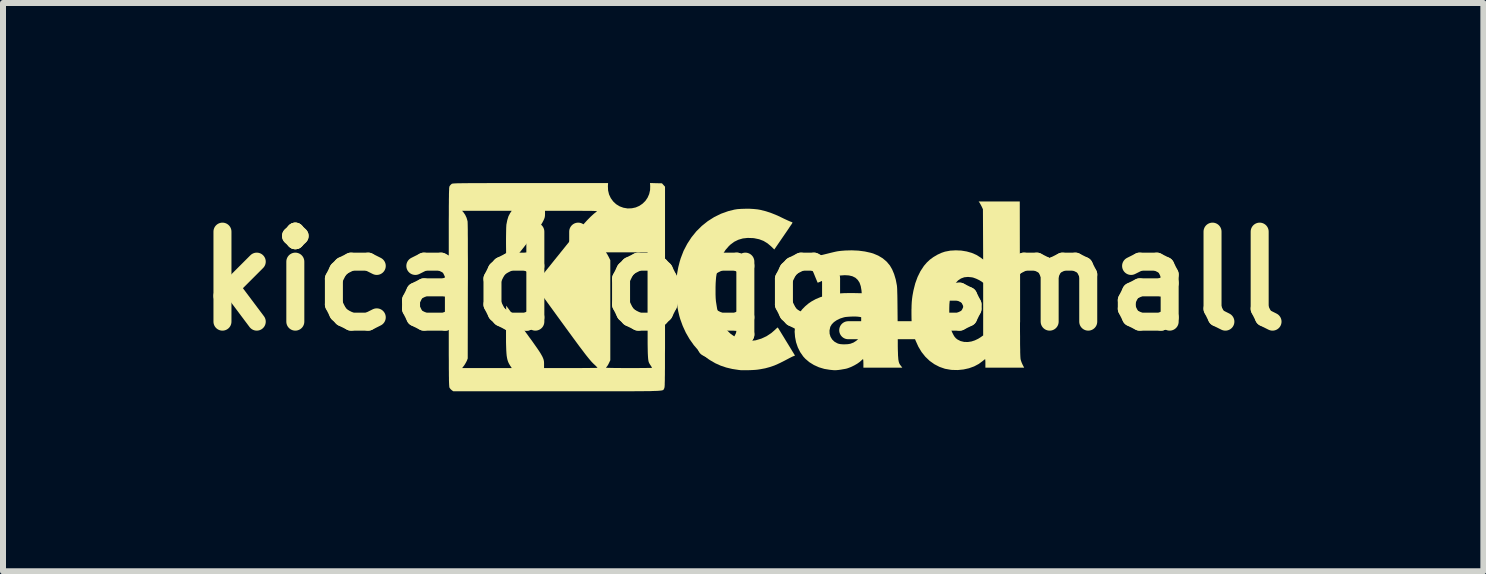
<source format=kicad_pcb>
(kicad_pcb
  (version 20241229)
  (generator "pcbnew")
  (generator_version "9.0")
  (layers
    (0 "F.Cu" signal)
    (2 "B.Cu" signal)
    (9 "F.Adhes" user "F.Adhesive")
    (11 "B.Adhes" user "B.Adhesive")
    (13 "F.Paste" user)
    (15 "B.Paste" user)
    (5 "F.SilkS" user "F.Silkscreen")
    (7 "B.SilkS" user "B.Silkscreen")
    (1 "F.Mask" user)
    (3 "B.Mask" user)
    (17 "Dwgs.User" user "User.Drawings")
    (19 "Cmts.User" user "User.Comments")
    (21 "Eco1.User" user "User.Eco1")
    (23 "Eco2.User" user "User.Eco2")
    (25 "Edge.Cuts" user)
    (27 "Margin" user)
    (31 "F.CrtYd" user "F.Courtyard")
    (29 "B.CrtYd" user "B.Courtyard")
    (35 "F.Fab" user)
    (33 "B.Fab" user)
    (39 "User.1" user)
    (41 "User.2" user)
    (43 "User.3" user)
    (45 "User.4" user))
  (footprint "kicadlogo_small"
    (layer "F.Cu")
    (at 9.336 1.632)
    (property "Reference" "kicadlogo_small" (at 0 0 0) (layer "F.SilkS") (effects (font (size 1.5 1.5) (thickness 0.3))))
    (attr board_only exclude_from_pos_files exclude_from_bom)
    (fp_poly (pts (xy 4.611 -0.024) (xy 4.611 0.14) (xy 4.612 0.289) (xy 4.612 0.425) (xy 4.612 0.548) (xy 4.613 0.659) (xy 4.613 0.758) (xy 4.613 0.847) (xy 4.614 0.925) (xy 4.614 0.993) (xy 4.614 1.053) (xy 4.615 1.105) (xy 4.616 1.149) (xy 4.616 1.186) (xy 4.617 1.217) (xy 4.618 1.243) (xy 4.619 1.264) (xy 4.62 1.28) (xy 4.621 1.294) (xy 4.623 1.304) (xy 4.624 1.312) (xy 4.626 1.319) (xy 4.627 1.322) (xy 4.638 1.354) (xy 4.653 1.389) (xy 4.661 1.405) (xy 4.682 1.445) (xy 4.359 1.445) (xy 4.036 1.445) (xy 4.036 1.374) (xy 4.036 1.343) (xy 4.034 1.32) (xy 4.033 1.306) (xy 4.032 1.303) (xy 4.024 1.308) (xy 4.009 1.32) (xy 3.992 1.334) (xy 3.926 1.383) (xy 3.849 1.424) (xy 3.763 1.455) (xy 3.673 1.475) (xy 3.578 1.485) (xy 3.482 1.483) (xy 3.46 1.481) (xy 3.363 1.464) (xy 3.271 1.432) (xy 3.186 1.388) (xy 3.107 1.332) (xy 3.035 1.263) (xy 2.972 1.184) (xy 2.918 1.094) (xy 2.873 0.994) (xy 2.859 0.957) (xy 2.842 0.903) (xy 2.829 0.852) (xy 2.819 0.802) (xy 2.812 0.75) (xy 2.807 0.692) (xy 2.805 0.625) (xy 2.804 0.547) (xy 2.804 0.472) (xy 2.805 0.459) (xy 3.434 0.459) (xy 3.434 0.538) (xy 3.435 0.564) (xy 3.438 0.633) (xy 3.442 0.69) (xy 3.447 0.738) (xy 3.455 0.778) (xy 3.465 0.814) (xy 3.479 0.849) (xy 3.485 0.862) (xy 3.505 0.902) (xy 3.523 0.931) (xy 3.543 0.954) (xy 3.567 0.973) (xy 3.571 0.976) (xy 3.622 1.002) (xy 3.68 1.016) (xy 3.743 1.018) (xy 3.803 1.009) (xy 3.859 0.991) (xy 3.916 0.964) (xy 3.967 0.931) (xy 3.999 0.908) (xy 3.999 0.469) (xy 3.999 0.031) (xy 3.975 0.012) (xy 3.934 -0.013) (xy 3.886 -0.036) (xy 3.838 -0.054) (xy 3.814 -0.06) (xy 3.746 -0.067) (xy 3.684 -0.061) (xy 3.629 -0.041) (xy 3.58 -0.008) (xy 3.538 0.038) (xy 3.503 0.097) (xy 3.475 0.168) (xy 3.464 0.209) (xy 3.451 0.268) (xy 3.442 0.327) (xy 3.436 0.39) (xy 3.434 0.459) (xy 2.805 0.459) (xy 2.806 0.407) (xy 2.809 0.351) (xy 2.814 0.298) (xy 2.821 0.247) (xy 2.831 0.192) (xy 2.838 0.156) (xy 2.867 0.041) (xy 2.906 -0.066) (xy 2.954 -0.163) (xy 3.012 -0.251) (xy 3.06 -0.307) (xy 3.11 -0.354) (xy 3.17 -0.398) (xy 3.236 -0.437) (xy 3.303 -0.468) (xy 3.362 -0.488) (xy 3.451 -0.505) (xy 3.543 -0.51) (xy 3.635 -0.506) (xy 3.725 -0.491) (xy 3.81 -0.467) (xy 3.888 -0.433) (xy 3.956 -0.39) (xy 3.96 -0.387) (xy 3.999 -0.357) (xy 3.997 -0.776) (xy 3.995 -1.195) (xy 3.975 -1.238) (xy 3.961 -1.265) (xy 3.947 -1.29) (xy 3.939 -1.304) (xy 3.923 -1.325) (xy 4.266 -1.325) (xy 4.609 -1.325)) (stroke (width 0) (type solid)) (fill yes) (layer "F.SilkS"))
    (fp_poly (pts (xy 0.108 -1.203) (xy 0.175 -1.199) (xy 0.236 -1.193) (xy 0.283 -1.185) (xy 0.379 -1.161) (xy 0.474 -1.129) (xy 0.57 -1.09) (xy 0.643 -1.055) (xy 0.684 -1.035) (xy 0.723 -1.017) (xy 0.756 -1.002) (xy 0.781 -0.991) (xy 0.793 -0.987) (xy 0.811 -0.98) (xy 0.821 -0.973) (xy 0.822 -0.971) (xy 0.817 -0.963) (xy 0.806 -0.945) (xy 0.787 -0.918) (xy 0.763 -0.882) (xy 0.735 -0.84) (xy 0.702 -0.792) (xy 0.669 -0.744) (xy 0.518 -0.524) (xy 0.468 -0.573) (xy 0.406 -0.626) (xy 0.339 -0.667) (xy 0.265 -0.695) (xy 0.182 -0.712) (xy 0.164 -0.714) (xy 0.074 -0.717) (xy -0.007 -0.708) (xy -0.082 -0.686) (xy -0.151 -0.652) (xy -0.215 -0.604) (xy -0.239 -0.581) (xy -0.294 -0.518) (xy -0.341 -0.445) (xy -0.38 -0.361) (xy -0.412 -0.265) (xy -0.436 -0.158) (xy -0.451 -0.068) (xy -0.455 -0.022) (xy -0.459 0.036) (xy -0.461 0.099) (xy -0.461 0.165) (xy -0.461 0.228) (xy -0.459 0.286) (xy -0.455 0.334) (xy -0.454 0.343) (xy -0.435 0.462) (xy -0.407 0.57) (xy -0.37 0.666) (xy -0.325 0.749) (xy -0.271 0.822) (xy -0.208 0.883) (xy -0.136 0.932) (xy -0.054 0.971) (xy -0.037 0.977) (xy 0.002 0.987) (xy 0.051 0.994) (xy 0.104 0.996) (xy 0.157 0.995) (xy 0.204 0.99) (xy 0.213 0.988) (xy 0.303 0.961) (xy 0.389 0.921) (xy 0.469 0.868) (xy 0.523 0.821) (xy 0.545 0.8) (xy 0.563 0.784) (xy 0.574 0.776) (xy 0.576 0.775) (xy 0.58 0.782) (xy 0.592 0.8) (xy 0.609 0.828) (xy 0.631 0.864) (xy 0.658 0.908) (xy 0.688 0.957) (xy 0.72 1.01) (xy 0.721 1.011) (xy 0.863 1.244) (xy 0.843 1.252) (xy 0.834 1.255) (xy 0.825 1.259) (xy 0.813 1.264) (xy 0.798 1.272) (xy 0.776 1.283) (xy 0.746 1.299) (xy 0.706 1.32) (xy 0.685 1.331) (xy 0.599 1.374) (xy 0.52 1.409) (xy 0.444 1.435) (xy 0.367 1.456) (xy 0.287 1.471) (xy 0.241 1.478) (xy 0.202 1.482) (xy 0.154 1.485) (xy 0.102 1.487) (xy 0.049 1.488) (xy -0.001 1.488) (xy -0.043 1.487) (xy -0.071 1.484) (xy -0.182 1.467) (xy -0.283 1.443) (xy -0.375 1.412) (xy -0.464 1.372) (xy -0.55 1.322) (xy -0.575 1.306) (xy -0.663 1.239) (xy -0.746 1.16) (xy -0.824 1.069) (xy -0.894 0.97) (xy -0.956 0.863) (xy -1.008 0.75) (xy -1.05 0.634) (xy -1.065 0.581) (xy -1.082 0.51) (xy -1.095 0.441) (xy -1.104 0.371) (xy -1.11 0.295) (xy -1.114 0.209) (xy -1.115 0.197) (xy -1.115 0.078) (xy -1.111 -0.031) (xy -1.1 -0.131) (xy -1.082 -0.228) (xy -1.058 -0.323) (xy -1.042 -0.376) (xy -0.994 -0.501) (xy -0.933 -0.618) (xy -0.862 -0.727) (xy -0.781 -0.827) (xy -0.69 -0.917) (xy -0.591 -0.996) (xy -0.484 -1.064) (xy -0.37 -1.12) (xy -0.25 -1.163) (xy -0.145 -1.189) (xy -0.093 -1.197) (xy -0.031 -1.201) (xy 0.038 -1.203)) (stroke (width 0) (type solid)) (fill yes) (layer "F.SilkS"))
    (fp_poly (pts (xy 1.92 -0.505) (xy 2.027 -0.491) (xy 2.126 -0.469) (xy 2.167 -0.457) (xy 2.25 -0.422) (xy 2.325 -0.377) (xy 2.39 -0.322) (xy 2.444 -0.258) (xy 2.482 -0.193) (xy 2.515 -0.114) (xy 2.542 -0.024) (xy 2.561 0.074) (xy 2.562 0.082) (xy 2.564 0.103) (xy 2.566 0.137) (xy 2.567 0.184) (xy 2.569 0.245) (xy 2.57 0.319) (xy 2.571 0.407) (xy 2.572 0.51) (xy 2.573 0.626) (xy 2.574 0.715) (xy 2.574 0.826) (xy 2.575 0.924) (xy 2.576 1.009) (xy 2.576 1.082) (xy 2.577 1.145) (xy 2.579 1.197) (xy 2.58 1.241) (xy 2.583 1.277) (xy 2.585 1.307) (xy 2.589 1.33) (xy 2.593 1.35) (xy 2.598 1.365) (xy 2.603 1.378) (xy 2.61 1.39) (xy 2.617 1.401) (xy 2.626 1.412) (xy 2.651 1.445) (xy 2.327 1.445) (xy 2.003 1.445) (xy 2.003 1.374) (xy 2.002 1.343) (xy 2.001 1.32) (xy 1.998 1.306) (xy 1.997 1.303) (xy 1.988 1.308) (xy 1.976 1.319) (xy 1.944 1.348) (xy 1.902 1.378) (xy 1.852 1.407) (xy 1.799 1.433) (xy 1.747 1.453) (xy 1.725 1.46) (xy 1.698 1.466) (xy 1.662 1.472) (xy 1.623 1.479) (xy 1.585 1.484) (xy 1.551 1.487) (xy 1.526 1.488) (xy 1.519 1.488) (xy 1.507 1.487) (xy 1.484 1.485) (xy 1.455 1.482) (xy 1.445 1.481) (xy 1.352 1.466) (xy 1.262 1.439) (xy 1.178 1.401) (xy 1.102 1.354) (xy 1.036 1.298) (xy 1.001 1.26) (xy 0.95 1.187) (xy 0.91 1.107) (xy 0.881 1.022) (xy 0.864 0.934) (xy 0.857 0.845) (xy 0.859 0.826) (xy 1.438 0.826) (xy 1.44 0.88) (xy 1.455 0.93) (xy 1.482 0.975) (xy 1.52 1.012) (xy 1.568 1.039) (xy 1.59 1.047) (xy 1.619 1.053) (xy 1.658 1.056) (xy 1.701 1.056) (xy 1.743 1.054) (xy 1.779 1.048) (xy 1.785 1.047) (xy 1.838 1.027) (xy 1.885 0.997) (xy 1.928 0.957) (xy 1.966 0.915) (xy 1.966 0.759) (xy 1.966 0.604) (xy 1.931 0.598) (xy 1.894 0.594) (xy 1.848 0.593) (xy 1.798 0.594) (xy 1.748 0.597) (xy 1.705 0.601) (xy 1.68 0.606) (xy 1.616 0.626) (xy 1.56 0.653) (xy 1.512 0.686) (xy 1.476 0.723) (xy 1.452 0.763) (xy 1.45 0.77) (xy 1.438 0.826) (xy 0.859 0.826) (xy 0.863 0.756) (xy 0.88 0.67) (xy 0.909 0.59) (xy 0.945 0.523) (xy 0.983 0.473) (xy 1.031 0.424) (xy 1.085 0.378) (xy 1.134 0.344) (xy 1.208 0.303) (xy 1.287 0.27) (xy 1.373 0.243) (xy 1.468 0.224) (xy 1.572 0.21) (xy 1.687 0.203) (xy 1.814 0.202) (xy 1.827 0.202) (xy 1.975 0.205) (xy 1.971 0.156) (xy 1.959 0.087) (xy 1.939 0.029) (xy 1.909 -0.017) (xy 1.87 -0.053) (xy 1.82 -0.078) (xy 1.761 -0.092) (xy 1.691 -0.096) (xy 1.611 -0.09) (xy 1.578 -0.085) (xy 1.48 -0.063) (xy 1.386 -0.032) (xy 1.316 -0.002) (xy 1.286 0.012) (xy 1.262 0.022) (xy 1.246 0.028) (xy 1.241 0.029) (xy 1.237 0.021) (xy 1.229 0.002) (xy 1.217 -0.027) (xy 1.202 -0.063) (xy 1.185 -0.105) (xy 1.166 -0.15) (xy 1.147 -0.196) (xy 1.129 -0.241) (xy 1.111 -0.283) (xy 1.096 -0.321) (xy 1.084 -0.351) (xy 1.076 -0.371) (xy 1.072 -0.381) (xy 1.072 -0.381) (xy 1.079 -0.384) (xy 1.097 -0.388) (xy 1.118 -0.39) (xy 1.138 -0.394) (xy 1.17 -0.4) (xy 1.211 -0.409) (xy 1.259 -0.42) (xy 1.31 -0.432) (xy 1.343 -0.44) (xy 1.408 -0.456) (xy 1.46 -0.469) (xy 1.502 -0.479) (xy 1.537 -0.487) (xy 1.566 -0.493) (xy 1.593 -0.497) (xy 1.618 -0.5) (xy 1.646 -0.503) (xy 1.677 -0.505) (xy 1.696 -0.507) (xy 1.809 -0.51)) (stroke (width 0) (type solid)) (fill yes) (layer "F.SilkS"))
    (fp_poly (pts (xy -1.454 -1.629) (xy -1.354 -1.627) (xy -1.329 -1.599) (xy -1.303 -1.571) (xy -1.303 0.099) (xy -1.303 0.284) (xy -1.303 0.456) (xy -1.303 0.614) (xy -1.303 0.758) (xy -1.303 0.89) (xy -1.303 1.01) (xy -1.303 1.119) (xy -1.304 1.217) (xy -1.304 1.305) (xy -1.304 1.383) (xy -1.304 1.452) (xy -1.305 1.512) (xy -1.305 1.565) (xy -1.306 1.61) (xy -1.306 1.648) (xy -1.307 1.681) (xy -1.308 1.707) (xy -1.308 1.729) (xy -1.309 1.746) (xy -1.31 1.76) (xy -1.311 1.77) (xy -1.313 1.778) (xy -1.314 1.784) (xy -1.315 1.788) (xy -1.317 1.791) (xy -1.318 1.793) (xy -1.321 1.798) (xy -1.323 1.803) (xy -1.325 1.807) (xy -1.327 1.811) (xy -1.33 1.815) (xy -1.335 1.818) (xy -1.343 1.821) (xy -1.352 1.824) (xy -1.365 1.826) (xy -1.382 1.828) (xy -1.404 1.83) (xy -1.43 1.832) (xy -1.462 1.833) (xy -1.5 1.834) (xy -1.545 1.836) (xy -1.596 1.836) (xy -1.656 1.837) (xy -1.724 1.838) (xy -1.801 1.838) (xy -1.887 1.839) (xy -1.984 1.839) (xy -2.09 1.839) (xy -2.209 1.839) (xy -2.338 1.839) (xy -2.481 1.839) (xy -2.636 1.839) (xy -2.804 1.839) (xy -2.986 1.839) (xy -3.108 1.839) (xy -4.831 1.839) (xy -4.856 1.822) (xy -4.876 1.804) (xy -4.893 1.782) (xy -4.894 1.78) (xy -4.896 1.776) (xy -4.897 1.771) (xy -4.898 1.765) (xy -4.899 1.755) (xy -4.9 1.743) (xy -4.901 1.727) (xy -4.902 1.707) (xy -4.903 1.682) (xy -4.904 1.652) (xy -4.904 1.616) (xy -4.905 1.573) (xy -4.905 1.523) (xy -4.906 1.465) (xy -4.906 1.399) (xy -4.906 1.324) (xy -4.907 1.24) (xy -4.907 1.146) (xy -4.907 1.04) (xy -4.907 0.924) (xy -4.907 0.796) (xy -4.907 0.655) (xy -4.907 0.502) (xy -4.907 0.335) (xy -4.907 0.154) (xy -4.907 0.102) (xy -4.907 -0.084) (xy -4.907 -0.255) (xy -4.907 -0.413) (xy -4.907 -0.557) (xy -4.907 -0.689) (xy -4.907 -0.808) (xy -4.907 -0.917) (xy -4.907 -1.014) (xy -4.906 -1.102) (xy -4.906 -1.169) (xy -4.685 -1.169) (xy -4.661 -1.142) (xy -4.633 -1.101) (xy -4.61 -1.052) (xy -4.595 -0.999) (xy -4.594 -0.996) (xy -4.593 -0.982) (xy -4.592 -0.954) (xy -4.591 -0.91) (xy -4.59 -0.852) (xy -4.59 -0.78) (xy -4.589 -0.693) (xy -4.589 -0.593) (xy -4.589 -0.478) (xy -4.588 -0.349) (xy -4.588 -0.207) (xy -4.588 -0.051) (xy -4.589 0.119) (xy -4.589 0.168) (xy -4.591 1.292) (xy -4.607 1.333) (xy -4.622 1.362) (xy -4.641 1.394) (xy -4.654 1.413) (xy -4.684 1.452) (xy -4.27 1.452) (xy -3.857 1.452) (xy -3.883 1.413) (xy -3.897 1.39) (xy -3.91 1.366) (xy -3.92 1.342) (xy -3.929 1.314) (xy -3.936 1.283) (xy -3.942 1.246) (xy -3.946 1.202) (xy -3.949 1.151) (xy -3.951 1.091) (xy -3.953 1.021) (xy -3.953 0.939) (xy -3.953 0.844) (xy -3.953 0.777) (xy -3.95 0.412) (xy -3.686 0.772) (xy -3.62 0.862) (xy -3.563 0.941) (xy -3.513 1.009) (xy -3.471 1.069) (xy -3.435 1.12) (xy -3.405 1.164) (xy -3.381 1.201) (xy -3.362 1.234) (xy -3.347 1.261) (xy -3.336 1.286) (xy -3.328 1.307) (xy -3.323 1.328) (xy -3.32 1.347) (xy -3.319 1.367) (xy -3.319 1.388) (xy -3.319 1.391) (xy -3.319 1.452) (xy -2.873 1.452) (xy -2.793 1.452) (xy -2.718 1.452) (xy -2.649 1.451) (xy -2.586 1.451) (xy -2.532 1.45) (xy -2.488 1.45) (xy -2.455 1.449) (xy -2.435 1.448) (xy -2.428 1.448) (xy -2.433 1.441) (xy -2.446 1.427) (xy -2.466 1.407) (xy -2.479 1.395) (xy -2.495 1.38) (xy -2.512 1.363) (xy -2.53 1.344) (xy -2.549 1.322) (xy -2.571 1.296) (xy -2.596 1.265) (xy -2.624 1.23) (xy -2.656 1.188) (xy -2.692 1.14) (xy -2.734 1.085) (xy -2.781 1.021) (xy -2.834 0.949) (xy -2.894 0.867) (xy -2.962 0.774) (xy -3.037 0.671) (xy -3.075 0.619) (xy -3.477 0.065) (xy -3.45 0.03) (xy -3.425 -0.000139) (xy -3.393 -0.04) (xy -3.356 -0.087) (xy -3.313 -0.14) (xy -3.266 -0.198) (xy -3.216 -0.26) (xy -3.164 -0.325) (xy -3.111 -0.391) (xy -3.057 -0.457) (xy -3.042 -0.477) (xy -2.288 -0.477) (xy -2.276 -0.46) (xy -2.266 -0.445) (xy -2.253 -0.421) (xy -2.239 -0.395) (xy -2.215 -0.346) (xy -2.215 0.488) (xy -2.215 1.322) (xy -2.237 1.368) (xy -2.25 1.394) (xy -2.263 1.415) (xy -2.272 1.427) (xy -2.283 1.439) (xy -2.286 1.446) (xy -2.279 1.447) (xy -2.258 1.448) (xy -2.225 1.449) (xy -2.182 1.45) (xy -2.129 1.451) (xy -2.068 1.451) (xy -2.001 1.452) (xy -1.928 1.452) (xy -1.903 1.452) (xy -1.829 1.452) (xy -1.759 1.452) (xy -1.696 1.451) (xy -1.64 1.451) (xy -1.593 1.45) (xy -1.557 1.45) (xy -1.532 1.449) (xy -1.52 1.448) (xy -1.519 1.448) (xy -1.523 1.44) (xy -1.533 1.424) (xy -1.545 1.405) (xy -1.552 1.395) (xy -1.558 1.385) (xy -1.564 1.375) (xy -1.569 1.365) (xy -1.574 1.353) (xy -1.578 1.339) (xy -1.581 1.322) (xy -1.584 1.301) (xy -1.586 1.275) (xy -1.588 1.243) (xy -1.59 1.205) (xy -1.591 1.159) (xy -1.592 1.106) (xy -1.593 1.043) (xy -1.593 0.971) (xy -1.593 0.888) (xy -1.593 0.794) (xy -1.594 0.687) (xy -1.594 0.568) (xy -1.594 0.434) (xy -1.594 0.401) (xy -1.594 -0.477) (xy -1.941 -0.477) (xy -2.288 -0.477) (xy -3.042 -0.477) (xy -3.005 -0.522) (xy -2.955 -0.585) (xy -2.907 -0.644) (xy -2.864 -0.698) (xy -2.825 -0.746) (xy -2.793 -0.786) (xy -2.767 -0.818) (xy -2.749 -0.84) (xy -2.745 -0.845) (xy -2.671 -0.934) (xy -2.603 -1.009) (xy -2.541 -1.072) (xy -2.486 -1.122) (xy -2.442 -1.156) (xy -2.439 -1.158) (xy -2.438 -1.161) (xy -2.441 -1.162) (xy -2.449 -1.164) (xy -2.463 -1.165) (xy -2.483 -1.166) (xy -2.511 -1.167) (xy -2.548 -1.168) (xy -2.596 -1.168) (xy -2.654 -1.168) (xy -2.724 -1.169) (xy -2.808 -1.169) (xy -2.863 -1.169) (xy -3.303 -1.169) (xy -3.303 -1.115) (xy -3.304 -1.085) (xy -3.308 -1.06) (xy -3.316 -1.036) (xy -3.33 -1.005) (xy -3.339 -0.988) (xy -3.348 -0.971) (xy -3.358 -0.954) (xy -3.371 -0.934) (xy -3.386 -0.911) (xy -3.405 -0.885) (xy -3.429 -0.853) (xy -3.457 -0.816) (xy -3.491 -0.772) (xy -3.531 -0.72) (xy -3.579 -0.66) (xy -3.634 -0.59) (xy -3.697 -0.51) (xy -3.95 -0.19) (xy -3.952 -0.533) (xy -3.953 -0.623) (xy -3.953 -0.705) (xy -3.952 -0.777) (xy -3.951 -0.837) (xy -3.95 -0.885) (xy -3.948 -0.92) (xy -3.947 -0.937) (xy -3.932 -1.013) (xy -3.912 -1.078) (xy -3.884 -1.131) (xy -3.884 -1.131) (xy -3.858 -1.169) (xy -4.272 -1.169) (xy -4.685 -1.169) (xy -4.906 -1.169) (xy -4.906 -1.179) (xy -4.906 -1.248) (xy -4.905 -1.308) (xy -4.905 -1.36) (xy -4.904 -1.405) (xy -4.904 -1.443) (xy -4.903 -1.475) (xy -4.902 -1.501) (xy -4.901 -1.522) (xy -4.901 -1.539) (xy -4.9 -1.552) (xy -4.898 -1.562) (xy -4.897 -1.569) (xy -4.896 -1.574) (xy -4.895 -1.577) (xy -4.88 -1.598) (xy -4.861 -1.616) (xy -4.859 -1.617) (xy -4.856 -1.619) (xy -4.852 -1.62) (xy -4.846 -1.622) (xy -4.838 -1.623) (xy -4.827 -1.624) (xy -4.813 -1.625) (xy -4.794 -1.626) (xy -4.771 -1.627) (xy -4.742 -1.628) (xy -4.707 -1.628) (xy -4.664 -1.629) (xy -4.615 -1.629) (xy -4.557 -1.63) (xy -4.49 -1.63) (xy -4.414 -1.63) (xy -4.327 -1.63) (xy -4.23 -1.631) (xy -4.121 -1.631) (xy -4 -1.631) (xy -3.866 -1.631) (xy -3.718 -1.631) (xy -3.557 -1.631) (xy -3.544 -1.631) (xy -2.252 -1.631) (xy -2.255 -1.58) (xy -2.252 -1.509) (xy -2.236 -1.442) (xy -2.207 -1.38) (xy -2.167 -1.325) (xy -2.118 -1.279) (xy -2.059 -1.243) (xy -1.996 -1.22) (xy -1.925 -1.208) (xy -1.856 -1.211) (xy -1.791 -1.225) (xy -1.731 -1.251) (xy -1.677 -1.288) (xy -1.631 -1.333) (xy -1.594 -1.387) (xy -1.567 -1.448) (xy -1.552 -1.515) (xy -1.55 -1.58) (xy -1.553 -1.632)) (stroke (width 0) (type solid)) (fill yes) (layer "F.SilkS")))
  (gr_rect
    (start -3 -3)
    (end 21.671 6.471)
    (stroke (width 0.1) (type default))
    (fill no)
    (layer "Edge.Cuts")))
</source>
